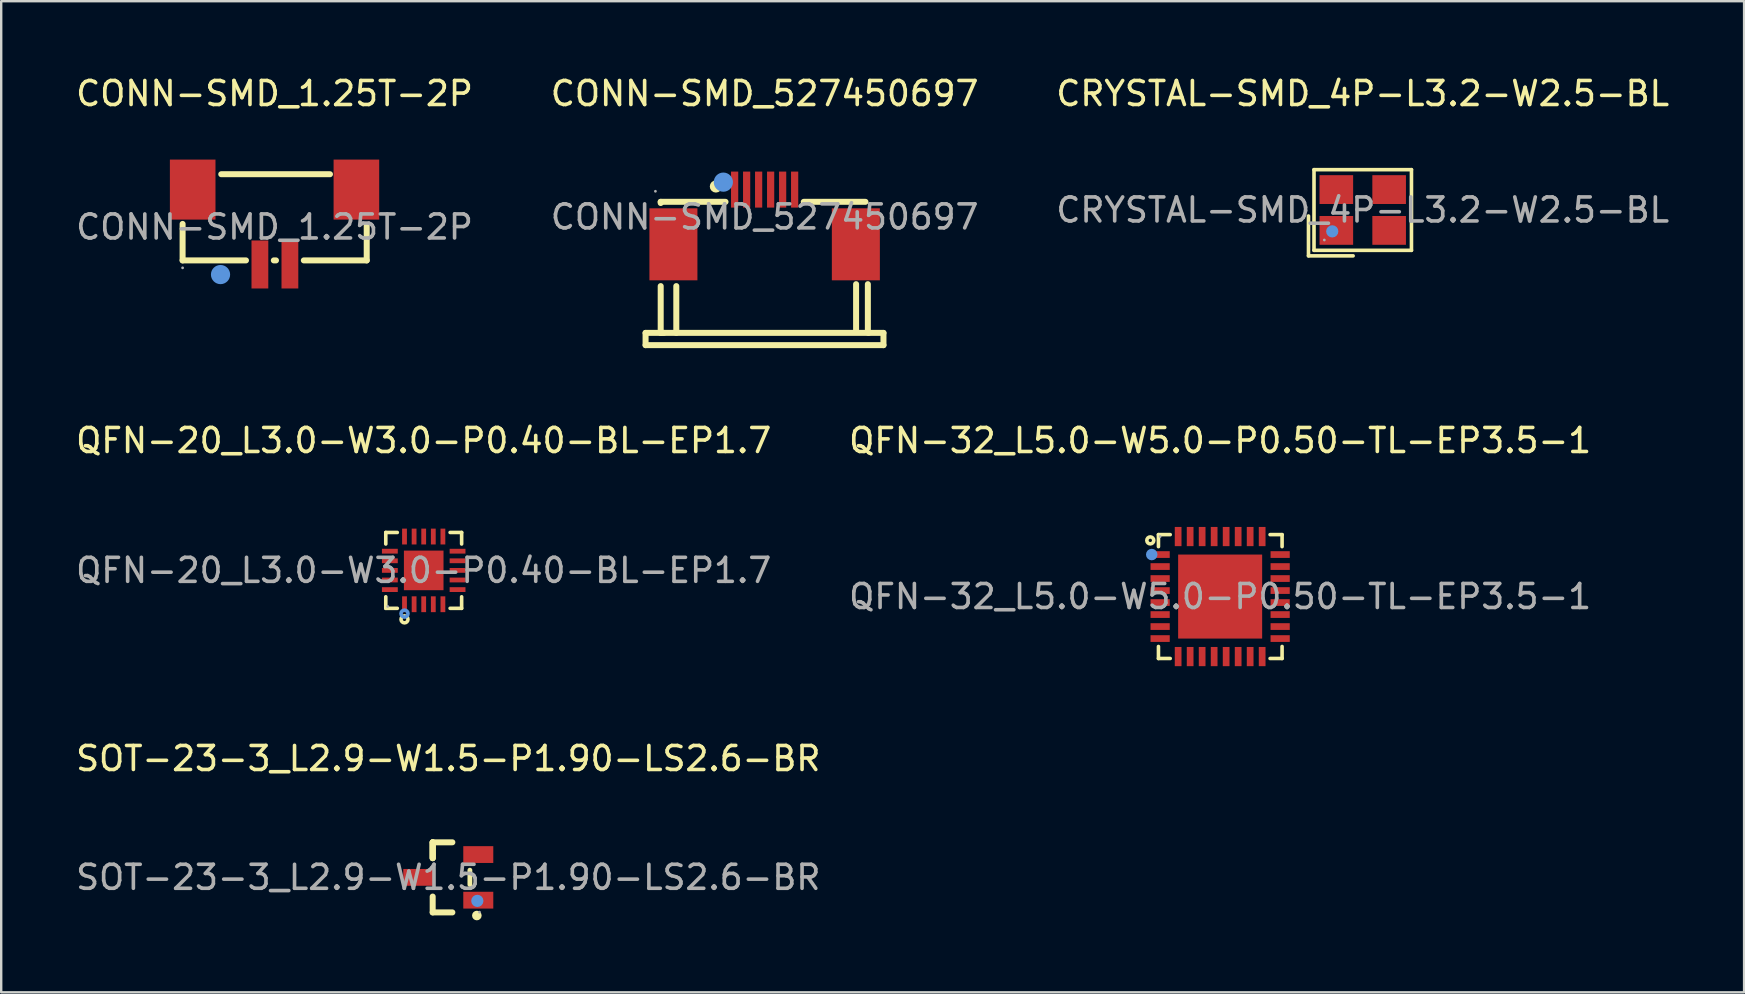
<source format=kicad_pcb>
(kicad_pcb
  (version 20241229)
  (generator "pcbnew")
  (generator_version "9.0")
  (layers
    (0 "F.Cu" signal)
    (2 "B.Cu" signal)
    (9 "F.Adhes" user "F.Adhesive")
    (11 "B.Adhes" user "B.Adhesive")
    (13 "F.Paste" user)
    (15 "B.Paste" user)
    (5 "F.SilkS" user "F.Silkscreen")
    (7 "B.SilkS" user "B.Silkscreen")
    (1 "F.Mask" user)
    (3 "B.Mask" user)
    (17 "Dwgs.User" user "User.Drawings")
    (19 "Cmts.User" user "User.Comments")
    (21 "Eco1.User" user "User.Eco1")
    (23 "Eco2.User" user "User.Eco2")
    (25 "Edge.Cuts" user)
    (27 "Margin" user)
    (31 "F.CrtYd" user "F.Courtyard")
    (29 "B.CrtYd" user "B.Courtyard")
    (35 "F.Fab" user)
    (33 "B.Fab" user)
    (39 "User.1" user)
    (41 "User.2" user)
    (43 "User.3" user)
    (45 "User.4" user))
  (footprint "CONN-SMD_527450697"
    (layer "F.Cu")
    (at 28.804 5.988)
    (property "Reference" "CONN-SMD_527450697" (at 0 -5.14 0) (layer "F.SilkS") (effects (font (size 1 1) (thickness 0.15))))
    (attr smd)
    (fp_line (start -4.96 4.83) (end -4.2 4.83) (stroke (width 0.25) (type solid)) (layer "F.SilkS"))
    (fp_line (start -4.96 5.34) (end -4.96 4.83) (stroke (width 0.25) (type solid)) (layer "F.SilkS"))
    (fp_line (start -4.33 -0.63) (end -4.33 -0.58) (stroke (width 0.25) (type solid)) (layer "F.SilkS"))
    (fp_line (start -4.33 -0.63) (end -1.63 -0.63) (stroke (width 0.25) (type solid)) (layer "F.SilkS"))
    (fp_line (start -4.33 2.88) (end -4.33 4.83) (stroke (width 0.25) (type solid)) (layer "F.SilkS"))
    (fp_line (start -3.68 2.88) (end -3.68 4.83) (stroke (width 0.25) (type solid)) (layer "F.SilkS"))
    (fp_line (start 1.63 -0.63) (end 4.2 -0.63) (stroke (width 0.25) (type solid)) (layer "F.SilkS"))
    (fp_line (start 3.81 2.8) (end 3.81 4.75) (stroke (width 0.25) (type solid)) (layer "F.SilkS"))
    (fp_line (start 4.3 2.8) (end 4.3 4.75) (stroke (width 0.25) (type solid)) (layer "F.SilkS"))
    (fp_line (start 4.32 4.83) (end 4.95 4.83) (stroke (width 0.25) (type solid)) (layer "F.SilkS"))
    (fp_line (start 4.33 4.83) (end -4.33 4.83) (stroke (width 0.25) (type solid)) (layer "F.SilkS"))
    (fp_line (start 4.95 4.83) (end 4.95 5.34) (stroke (width 0.25) (type solid)) (layer "F.SilkS"))
    (fp_line (start 4.95 5.34) (end -4.96 5.34) (stroke (width 0.25) (type solid)) (layer "F.SilkS"))
    (fp_circle (center -2.03 -1.27) (end -1.9 -1.27) (stroke (width 0.25) (type solid)) (fill no) (layer "F.SilkS"))
    (fp_circle (center -1.72 -1.45) (end -1.52 -1.45) (stroke (width 0.4) (type solid)) (fill no) (layer "Cmts.User"))
    (fp_circle (center -4.55 -1.07) (end -4.52 -1.07) (stroke (width 0.06) (type solid)) (fill no) (layer "F.Fab"))
    (fp_text user "${REFERENCE}" (at 0 0 0) (layer "F.Fab") (effects (font (size 1 1) (thickness 0.15))))
    (pad "1" smd rect (at -1.25 -1.14 180) (size 0.3 1.5) (layers "F.Cu" "F.Mask" "F.Paste"))
    (pad "2" smd rect (at -0.75 -1.14 180) (size 0.3 1.5) (layers "F.Cu" "F.Mask" "F.Paste"))
    (pad "3" smd rect (at -0.25 -1.14 180) (size 0.3 1.5) (layers "F.Cu" "F.Mask" "F.Paste"))
    (pad "4" smd rect (at 0.25 -1.14 180) (size 0.3 1.5) (layers "F.Cu" "F.Mask" "F.Paste"))
    (pad "5" smd rect (at 0.75 -1.14 180) (size 0.3 1.5) (layers "F.Cu" "F.Mask" "F.Paste"))
    (pad "6" smd rect (at 1.25 -1.14 180) (size 0.3 1.5) (layers "F.Cu" "F.Mask" "F.Paste"))
    (pad "7" smd rect (at 3.8 1.14) (size 2 3) (layers "F.Cu" "F.Mask" "F.Paste"))
    (pad "8" smd rect (at -3.8 1.14 180) (size 2 3) (layers "F.Cu" "F.Mask" "F.Paste")))
  (footprint "QFN-32_L5.0-W5.0-P0.50-TL-EP3.5-1"
    (layer "F.Cu")
    (at 47.78 21.802)
    (property "Reference" "QFN-32_L5.0-W5.0-P0.50-TL-EP3.5-1" (at 0 -6.5 0) (layer "F.SilkS") (effects (font (size 1 1) (thickness 0.15))))
    (attr smd)
    (fp_line (start -2.57 -2.58) (end -2.57 -2.08) (stroke (width 0.15) (type solid)) (layer "F.SilkS"))
    (fp_line (start -2.57 2.58) (end -2.57 2.08) (stroke (width 0.15) (type solid)) (layer "F.SilkS"))
    (fp_line (start -2.08 -2.58) (end -2.57 -2.58) (stroke (width 0.15) (type solid)) (layer "F.SilkS"))
    (fp_line (start -2.08 2.58) (end -2.57 2.58) (stroke (width 0.15) (type solid)) (layer "F.SilkS"))
    (fp_line (start 2.08 -2.58) (end 2.58 -2.58) (stroke (width 0.15) (type solid)) (layer "F.SilkS"))
    (fp_line (start 2.08 2.58) (end 2.58 2.58) (stroke (width 0.15) (type solid)) (layer "F.SilkS"))
    (fp_line (start 2.58 -2.58) (end 2.58 -2.08) (stroke (width 0.15) (type solid)) (layer "F.SilkS"))
    (fp_line (start 2.58 2.58) (end 2.58 2.08) (stroke (width 0.15) (type solid)) (layer "F.SilkS"))
    (fp_circle (center -2.91 -2.34) (end -2.84 -2.34) (stroke (width 0.15) (type solid)) (fill no) (layer "F.SilkS"))
    (fp_circle (center -2.85 -1.75) (end -2.73 -1.75) (stroke (width 0.24) (type solid)) (fill no) (layer "Cmts.User"))
    (fp_circle (center -2.5 -2.5) (end -2.47 -2.5) (stroke (width 0.06) (type solid)) (fill no) (layer "F.Fab"))
    (fp_text user "${REFERENCE}" (at 0 0 0) (layer "F.Fab") (effects (font (size 1 1) (thickness 0.15))))
    (pad "1" smd rect (at -2.5 -1.75 270) (size 0.28 0.8) (layers "F.Cu" "F.Mask" "F.Paste"))
    (pad "2" smd rect (at -2.5 -1.25 270) (size 0.28 0.8) (layers "F.Cu" "F.Mask" "F.Paste"))
    (pad "3" smd rect (at -2.5 -0.75 270) (size 0.28 0.8) (layers "F.Cu" "F.Mask" "F.Paste"))
    (pad "4" smd rect (at -2.5 -0.25 270) (size 0.28 0.8) (layers "F.Cu" "F.Mask" "F.Paste"))
    (pad "5" smd rect (at -2.5 0.25 270) (size 0.28 0.8) (layers "F.Cu" "F.Mask" "F.Paste"))
    (pad "6" smd rect (at -2.5 0.75 270) (size 0.28 0.8) (layers "F.Cu" "F.Mask" "F.Paste"))
    (pad "7" smd rect (at -2.5 1.25 270) (size 0.28 0.8) (layers "F.Cu" "F.Mask" "F.Paste"))
    (pad "8" smd rect (at -2.5 1.75 270) (size 0.28 0.8) (layers "F.Cu" "F.Mask" "F.Paste"))
    (pad "9" smd rect (at -1.75 2.5 270) (size 0.8 0.28) (layers "F.Cu" "F.Mask" "F.Paste"))
    (pad "10" smd rect (at -1.25 2.5 270) (size 0.8 0.28) (layers "F.Cu" "F.Mask" "F.Paste"))
    (pad "11" smd rect (at -0.75 2.5 270) (size 0.8 0.28) (layers "F.Cu" "F.Mask" "F.Paste"))
    (pad "12" smd rect (at -0.25 2.5 270) (size 0.8 0.28) (layers "F.Cu" "F.Mask" "F.Paste"))
    (pad "13" smd rect (at 0.25 2.5 270) (size 0.8 0.28) (layers "F.Cu" "F.Mask" "F.Paste"))
    (pad "14" smd rect (at 0.75 2.5 270) (size 0.8 0.28) (layers "F.Cu" "F.Mask" "F.Paste"))
    (pad "15" smd rect (at 1.25 2.5 270) (size 0.8 0.28) (layers "F.Cu" "F.Mask" "F.Paste"))
    (pad "16" smd rect (at 1.75 2.5 270) (size 0.8 0.28) (layers "F.Cu" "F.Mask" "F.Paste"))
    (pad "17" smd rect (at 2.5 1.75 270) (size 0.28 0.8) (layers "F.Cu" "F.Mask" "F.Paste"))
    (pad "18" smd rect (at 2.5 1.25 270) (size 0.28 0.8) (layers "F.Cu" "F.Mask" "F.Paste"))
    (pad "19" smd rect (at 2.5 0.75 270) (size 0.28 0.8) (layers "F.Cu" "F.Mask" "F.Paste"))
    (pad "20" smd rect (at 2.5 0.25 270) (size 0.28 0.8) (layers "F.Cu" "F.Mask" "F.Paste"))
    (pad "21" smd rect (at 2.5 -0.25 270) (size 0.28 0.8) (layers "F.Cu" "F.Mask" "F.Paste"))
    (pad "22" smd rect (at 2.5 -0.75 270) (size 0.28 0.8) (layers "F.Cu" "F.Mask" "F.Paste"))
    (pad "23" smd rect (at 2.5 -1.25 270) (size 0.28 0.8) (layers "F.Cu" "F.Mask" "F.Paste"))
    (pad "24" smd rect (at 2.5 -1.75 270) (size 0.28 0.8) (layers "F.Cu" "F.Mask" "F.Paste"))
    (pad "25" smd rect (at 1.75 -2.5 270) (size 0.8 0.28) (layers "F.Cu" "F.Mask" "F.Paste"))
    (pad "26" smd rect (at 1.25 -2.5 270) (size 0.8 0.28) (layers "F.Cu" "F.Mask" "F.Paste"))
    (pad "27" smd rect (at 0.75 -2.5 270) (size 0.8 0.28) (layers "F.Cu" "F.Mask" "F.Paste"))
    (pad "28" smd rect (at 0.25 -2.5 270) (size 0.8 0.28) (layers "F.Cu" "F.Mask" "F.Paste"))
    (pad "29" smd rect (at -0.25 -2.5 270) (size 0.8 0.28) (layers "F.Cu" "F.Mask" "F.Paste"))
    (pad "30" smd rect (at -0.75 -2.5 270) (size 0.8 0.28) (layers "F.Cu" "F.Mask" "F.Paste"))
    (pad "31" smd rect (at -1.25 -2.5 270) (size 0.8 0.28) (layers "F.Cu" "F.Mask" "F.Paste"))
    (pad "32" smd rect (at -1.75 -2.5 270) (size 0.8 0.28) (layers "F.Cu" "F.Mask" "F.Paste"))
    (pad "33" smd rect (at 0 0 270) (size 3.5 3.5) (layers "F.Cu" "F.Mask" "F.Paste")))
  (footprint "SOT-23-3_L2.9-W1.5-P1.90-LS2.6-BR"
    (layer "F.Cu")
    (at 15.625 33.5)
    (property "Reference" "SOT-23-3_L2.9-W1.5-P1.90-LS2.6-BR" (at 0 -4.95 0) (layer "F.SilkS") (effects (font (size 1 1) (thickness 0.15))))
    (attr smd)
    (fp_line (start -0.65 -1.46) (end -0.65 -0.8) (stroke (width 0.25) (type solid)) (layer "F.SilkS"))
    (fp_line (start -0.65 -1.46) (end 0.17 -1.46) (stroke (width 0.25) (type solid)) (layer "F.SilkS"))
    (fp_line (start -0.65 -0.8) (end -0.65 -1.46) (stroke (width 0.25) (type solid)) (layer "F.SilkS"))
    (fp_line (start -0.65 -0.8) (end -0.65 -1.46) (stroke (width 0.25) (type solid)) (layer "F.SilkS"))
    (fp_line (start -0.65 1.46) (end -0.65 0.8) (stroke (width 0.25) (type solid)) (layer "F.SilkS"))
    (fp_line (start 0.17 1.46) (end -0.65 1.46) (stroke (width 0.25) (type solid)) (layer "F.SilkS"))
    (fp_line (start 0.9 0.3) (end 0.9 -0.3) (stroke (width 0.2) (type solid)) (layer "F.SilkS"))
    (fp_circle (center 1.19 1.59) (end 1.29 1.59) (stroke (width 0.2) (type solid)) (fill no) (layer "F.SilkS"))
    (fp_circle (center 1.21 0.98) (end 1.34 0.98) (stroke (width 0.25) (type solid)) (fill no) (layer "Cmts.User"))
    (fp_circle (center 1.3 1.45) (end 1.33 1.45) (stroke (width 0.06) (type solid)) (fill no) (layer "F.Fab"))
    (fp_text user "${REFERENCE}" (at 0 0 0) (layer "F.Fab") (effects (font (size 1 1) (thickness 0.15))))
    (pad "1" smd rect (at 1.25 0.95 270) (size 0.7 1.25) (layers "F.Cu" "F.Mask" "F.Paste"))
    (pad "2" smd rect (at 1.25 -0.95 270) (size 0.7 1.25) (layers "F.Cu" "F.Mask" "F.Paste"))
    (pad "3" smd rect (at -1.25 0 270) (size 0.7 1.25) (layers "F.Cu" "F.Mask" "F.Paste")))
  (footprint "QFN-20_L3.0-W3.0-P0.40-BL-EP1.7"
    (layer "F.Cu")
    (at 14.601 20.712)
    (property "Reference" "QFN-20_L3.0-W3.0-P0.40-BL-EP1.7" (at 0 -5.41 0) (layer "F.SilkS") (effects (font (size 1 1) (thickness 0.15))))
    (attr smd)
    (fp_line (start -1.58 -1.58) (end -1.1 -1.58) (stroke (width 0.15) (type solid)) (layer "F.SilkS"))
    (fp_line (start -1.58 -1.1) (end -1.58 -1.58) (stroke (width 0.15) (type solid)) (layer "F.SilkS"))
    (fp_line (start -1.58 1.1) (end -1.58 1.58) (stroke (width 0.15) (type solid)) (layer "F.SilkS"))
    (fp_line (start -1.58 1.58) (end -1.1 1.58) (stroke (width 0.15) (type solid)) (layer "F.SilkS"))
    (fp_line (start 1.58 -1.58) (end 1.1 -1.58) (stroke (width 0.15) (type solid)) (layer "F.SilkS"))
    (fp_line (start 1.58 -1.1) (end 1.58 -1.58) (stroke (width 0.15) (type solid)) (layer "F.SilkS"))
    (fp_line (start 1.58 1.1) (end 1.58 1.58) (stroke (width 0.15) (type solid)) (layer "F.SilkS"))
    (fp_line (start 1.58 1.58) (end 1.1 1.58) (stroke (width 0.15) (type solid)) (layer "F.SilkS"))
    (fp_circle (center -0.8 2.04) (end -0.73 2.04) (stroke (width 0.15) (type solid)) (fill no) (layer "F.SilkS"))
    (fp_circle (center -0.8 1.8) (end -0.73 1.8) (stroke (width 0.15) (type solid)) (fill no) (layer "Cmts.User"))
    (fp_circle (center -1.5 1.5) (end -1.47 1.5) (stroke (width 0.06) (type solid)) (fill no) (layer "F.Fab"))
    (fp_text user "${REFERENCE}" (at 0 0 0) (layer "F.Fab") (effects (font (size 1 1) (thickness 0.15))))
    (pad "1" smd rect (at -0.8 1.41) (size 0.2 0.66) (layers "F.Cu" "F.Mask" "F.Paste"))
    (pad "2" smd rect (at -0.4 1.41) (size 0.2 0.66) (layers "F.Cu" "F.Mask" "F.Paste"))
    (pad "3" smd rect (at 0 1.41) (size 0.2 0.66) (layers "F.Cu" "F.Mask" "F.Paste"))
    (pad "4" smd rect (at 0.4 1.41) (size 0.2 0.66) (layers "F.Cu" "F.Mask" "F.Paste"))
    (pad "5" smd rect (at 0.8 1.41) (size 0.2 0.66) (layers "F.Cu" "F.Mask" "F.Paste"))
    (pad "6" smd rect (at 1.41 0.8) (size 0.66 0.2) (layers "F.Cu" "F.Mask" "F.Paste"))
    (pad "7" smd rect (at 1.41 0.4) (size 0.66 0.2) (layers "F.Cu" "F.Mask" "F.Paste"))
    (pad "8" smd rect (at 1.41 0) (size 0.66 0.2) (layers "F.Cu" "F.Mask" "F.Paste"))
    (pad "9" smd rect (at 1.41 -0.4) (size 0.66 0.2) (layers "F.Cu" "F.Mask" "F.Paste"))
    (pad "10" smd rect (at 1.41 -0.8) (size 0.66 0.2) (layers "F.Cu" "F.Mask" "F.Paste"))
    (pad "11" smd rect (at 0.8 -1.41) (size 0.2 0.66) (layers "F.Cu" "F.Mask" "F.Paste"))
    (pad "12" smd rect (at 0.4 -1.41) (size 0.2 0.66) (layers "F.Cu" "F.Mask" "F.Paste"))
    (pad "13" smd rect (at 0 -1.41) (size 0.2 0.66) (layers "F.Cu" "F.Mask" "F.Paste"))
    (pad "14" smd rect (at -0.4 -1.41) (size 0.2 0.66) (layers "F.Cu" "F.Mask" "F.Paste"))
    (pad "15" smd rect (at -0.8 -1.41) (size 0.2 0.66) (layers "F.Cu" "F.Mask" "F.Paste"))
    (pad "16" smd rect (at -1.41 -0.8) (size 0.66 0.2) (layers "F.Cu" "F.Mask" "F.Paste"))
    (pad "17" smd rect (at -1.41 -0.4) (size 0.66 0.2) (layers "F.Cu" "F.Mask" "F.Paste"))
    (pad "18" smd rect (at -1.41 0) (size 0.66 0.2) (layers "F.Cu" "F.Mask" "F.Paste"))
    (pad "19" smd rect (at -1.41 0.4) (size 0.66 0.2) (layers "F.Cu" "F.Mask" "F.Paste"))
    (pad "20" smd rect (at -1.41 0.8) (size 0.66 0.2) (layers "F.Cu" "F.Mask" "F.Paste"))
    (pad "21" smd rect (at 0 0) (size 1.65 1.65) (layers "F.Cu" "F.Mask" "F.Paste")))
  (footprint "CONN-SMD_1.25T-2P"
    (layer "F.Cu")
    (at 8.387 6.408)
    (property "Reference" "CONN-SMD_1.25T-2P" (at 0 -5.56 0) (layer "F.SilkS") (effects (font (size 1 1) (thickness 0.15))))
    (attr smd)
    (fp_line (start -3.83 1.39) (end -3.83 -0.13) (stroke (width 0.25) (type solid)) (layer "F.SilkS"))
    (fp_line (start -2.22 -2.2) (end 2.31 -2.2) (stroke (width 0.25) (type solid)) (layer "F.SilkS"))
    (fp_line (start -1.19 1.39) (end -3.83 1.39) (stroke (width 0.25) (type solid)) (layer "F.SilkS"))
    (fp_line (start 0.06 1.39) (end -0.03 1.39) (stroke (width 0.25) (type solid)) (layer "F.SilkS"))
    (fp_line (start 3.84 -0.08) (end 3.84 1.39) (stroke (width 0.25) (type solid)) (layer "F.SilkS"))
    (fp_line (start 3.84 1.39) (end 1.22 1.39) (stroke (width 0.25) (type solid)) (layer "F.SilkS"))
    (fp_circle (center -2.25 1.98) (end -2.05 1.98) (stroke (width 0.4) (type solid)) (fill no) (layer "Cmts.User"))
    (fp_circle (center -3.83 1.7) (end -3.8 1.7) (stroke (width 0.06) (type solid)) (fill no) (layer "F.Fab"))
    (fp_text user "${REFERENCE}" (at 0 0 0) (layer "F.Fab") (effects (font (size 1 1) (thickness 0.15))))
    (pad "0" smd rect (at -3.41 -1.56) (size 1.9 2.5) (layers "F.Cu" "F.Mask" "F.Paste"))
    (pad "0" smd rect (at 3.41 -1.56) (size 1.9 2.5) (layers "F.Cu" "F.Mask" "F.Paste"))
    (pad "1" smd rect (at -0.61 1.56) (size 0.7 2) (layers "F.Cu" "F.Mask" "F.Paste"))
    (pad "2" smd rect (at 0.64 1.56) (size 0.7 2) (layers "F.Cu" "F.Mask" "F.Paste")))
  (footprint "CRYSTAL-SMD_4P-L3.2-W2.5-BL"
    (layer "F.Cu")
    (at 53.72 5.698)
    (property "Reference" "CRYSTAL-SMD_4P-L3.2-W2.5-BL" (at 0 -4.85 0) (layer "F.SilkS") (effects (font (size 1 1) (thickness 0.15))))
    (attr smd)
    (fp_line (start -2.26 0.25) (end -2.26 1.91) (stroke (width 0.15) (type solid)) (layer "F.SilkS"))
    (fp_line (start -2.26 1.91) (end -0.4 1.91) (stroke (width 0.15) (type solid)) (layer "F.SilkS"))
    (fp_line (start -2.03 -1.68) (end 2.03 -1.68) (stroke (width 0.15) (type solid)) (layer "F.SilkS"))
    (fp_line (start -2.03 1.68) (end -2.03 -1.68) (stroke (width 0.15) (type solid)) (layer "F.SilkS"))
    (fp_line (start 2.03 -1.68) (end 2.03 1.68) (stroke (width 0.15) (type solid)) (layer "F.SilkS"))
    (fp_line (start 2.03 1.68) (end -2.03 1.68) (stroke (width 0.15) (type solid)) (layer "F.SilkS"))
    (fp_circle (center -1.27 0.89) (end -1.14 0.89) (stroke (width 0.25) (type solid)) (fill no) (layer "Cmts.User"))
    (fp_circle (center -1.6 1.25) (end -1.57 1.25) (stroke (width 0.06) (type solid)) (fill no) (layer "F.Fab"))
    (fp_text user "${REFERENCE}" (at 0 0 0) (layer "F.Fab") (effects (font (size 1 1) (thickness 0.15))))
    (pad "1" smd rect (at -1.1 0.85) (size 1.4 1.2) (layers "F.Cu" "F.Mask" "F.Paste"))
    (pad "2" smd rect (at 1.1 0.85) (size 1.4 1.2) (layers "F.Cu" "F.Mask" "F.Paste"))
    (pad "3" smd rect (at 1.1 -0.85) (size 1.4 1.2) (layers "F.Cu" "F.Mask" "F.Paste"))
    (pad "4" smd rect (at -1.1 -0.85) (size 1.4 1.2) (layers "F.Cu" "F.Mask" "F.Paste")))
  (gr_rect
    (start -3 -3)
    (end 69.607 38.29)
    (stroke (width 0.1) (type default))
    (fill no)
    (layer "Edge.Cuts")))
</source>
